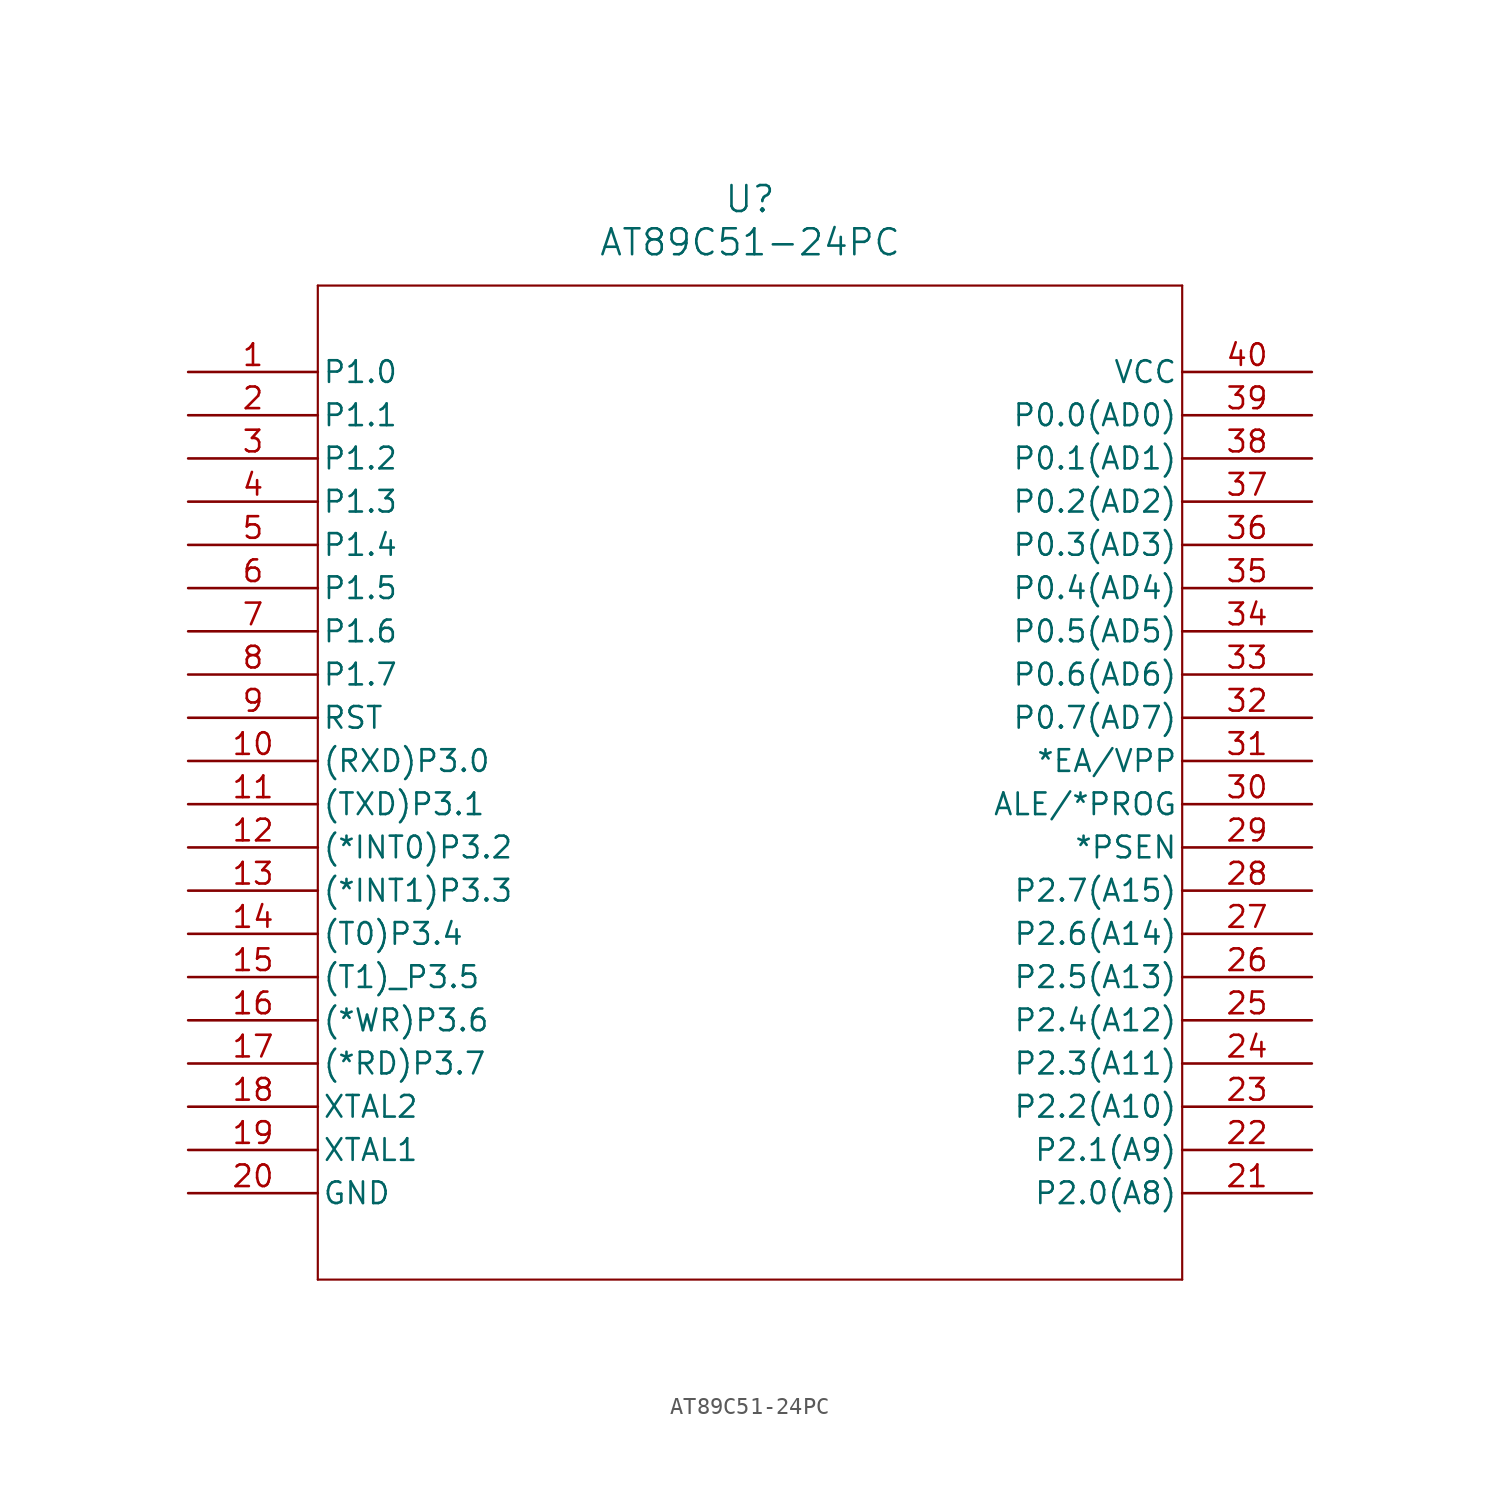
<source format=kicad_sym>
(kicad_symbol_lib
  (version 20211014)
  (generator kicad_symbol_editor)
  (symbol "AT89C51-24PC"
    (pin_names
      (offset 0.254))
    (property "Reference" "U"
      (at 33.02 10.16 0)
      (effects (font (size 1.524 1.524))))
    (property "Value" "AT89C51-24PC"
      (at 33.02 7.62 0)
      (effects (font (size 1.524 1.524))))
    (symbol "AT89C51-24PC_0_1"
      (polyline (pts (xy 7.62 5.08) (xy 7.62 -53.34)) (stroke (width 0.127) (type default) (color 0 0 0 0)) (fill (type none)))
      (polyline (pts (xy 7.62 -53.34) (xy 58.42 -53.34)) (stroke (width 0.127) (type default) (color 0 0 0 0)) (fill (type none)))
      (polyline (pts (xy 58.42 -53.34) (xy 58.42 5.08)) (stroke (width 0.127) (type default) (color 0 0 0 0)) (fill (type none)))
      (polyline (pts (xy 58.42 5.08) (xy 7.62 5.08)) (stroke (width 0.127) (type default) (color 0 0 0 0)) (fill (type none)))
      (pin bidirectional line (at 0 0 0) (length 7.62) (name "P1.0" (effects (font (size 1.27 1.27)))) (number "1" (effects (font (size 1.27 1.27)))))
      (pin bidirectional line (at 0 -2.54 0) (length 7.62) (name "P1.1" (effects (font (size 1.27 1.27)))) (number "2" (effects (font (size 1.27 1.27)))))
      (pin bidirectional line (at 0 -5.08 0) (length 7.62) (name "P1.2" (effects (font (size 1.27 1.27)))) (number "3" (effects (font (size 1.27 1.27)))))
      (pin bidirectional line (at 0 -7.62 0) (length 7.62) (name "P1.3" (effects (font (size 1.27 1.27)))) (number "4" (effects (font (size 1.27 1.27)))))
      (pin bidirectional line (at 0 -10.16 0) (length 7.62) (name "P1.4" (effects (font (size 1.27 1.27)))) (number "5" (effects (font (size 1.27 1.27)))))
      (pin bidirectional line (at 0 -12.7 0) (length 7.62) (name "P1.5" (effects (font (size 1.27 1.27)))) (number "6" (effects (font (size 1.27 1.27)))))
      (pin bidirectional line (at 0 -15.24 0) (length 7.62) (name "P1.6" (effects (font (size 1.27 1.27)))) (number "7" (effects (font (size 1.27 1.27)))))
      (pin bidirectional line (at 0 -17.78 0) (length 7.62) (name "P1.7" (effects (font (size 1.27 1.27)))) (number "8" (effects (font (size 1.27 1.27)))))
      (pin input line (at 0 -20.32 0) (length 7.62) (name "RST" (effects (font (size 1.27 1.27)))) (number "9" (effects (font (size 1.27 1.27)))))
      (pin bidirectional line (at 0 -22.86 0) (length 7.62) (name "(RXD)P3.0" (effects (font (size 1.27 1.27)))) (number "10" (effects (font (size 1.27 1.27)))))
      (pin bidirectional line (at 0 -25.4 0) (length 7.62) (name "(TXD)P3.1" (effects (font (size 1.27 1.27)))) (number "11" (effects (font (size 1.27 1.27)))))
      (pin bidirectional line (at 0 -27.94 0) (length 7.62) (name "(*INT0)P3.2" (effects (font (size 1.27 1.27)))) (number "12" (effects (font (size 1.27 1.27)))))
      (pin bidirectional line (at 0 -30.48 0) (length 7.62) (name "(*INT1)P3.3" (effects (font (size 1.27 1.27)))) (number "13" (effects (font (size 1.27 1.27)))))
      (pin bidirectional line (at 0 -33.02 0) (length 7.62) (name "(T0)P3.4" (effects (font (size 1.27 1.27)))) (number "14" (effects (font (size 1.27 1.27)))))
      (pin bidirectional line (at 0 -35.56 0) (length 7.62) (name "(T1)_P3.5" (effects (font (size 1.27 1.27)))) (number "15" (effects (font (size 1.27 1.27)))))
      (pin bidirectional line (at 0 -38.1 0) (length 7.62) (name "(*WR)P3.6" (effects (font (size 1.27 1.27)))) (number "16" (effects (font (size 1.27 1.27)))))
      (pin bidirectional line (at 0 -40.64 0) (length 7.62) (name "(*RD)P3.7" (effects (font (size 1.27 1.27)))) (number "17" (effects (font (size 1.27 1.27)))))
      (pin output line (at 0 -43.18 0) (length 7.62) (name "XTAL2" (effects (font (size 1.27 1.27)))) (number "18" (effects (font (size 1.27 1.27)))))
      (pin input line (at 0 -45.72 0) (length 7.62) (name "XTAL1" (effects (font (size 1.27 1.27)))) (number "19" (effects (font (size 1.27 1.27)))))
      (pin unspecified line (at 0 -48.26 0) (length 7.62) (name "GND" (effects (font (size 1.27 1.27)))) (number "20" (effects (font (size 1.27 1.27)))))
      (pin bidirectional line (at 66.04 -48.26 180) (length 7.62) (name "P2.0(A8)" (effects (font (size 1.27 1.27)))) (number "21" (effects (font (size 1.27 1.27)))))
      (pin bidirectional line (at 66.04 -45.72 180) (length 7.62) (name "P2.1(A9)" (effects (font (size 1.27 1.27)))) (number "22" (effects (font (size 1.27 1.27)))))
      (pin bidirectional line (at 66.04 -43.18 180) (length 7.62) (name "P2.2(A10)" (effects (font (size 1.27 1.27)))) (number "23" (effects (font (size 1.27 1.27)))))
      (pin bidirectional line (at 66.04 -40.64 180) (length 7.62) (name "P2.3(A11)" (effects (font (size 1.27 1.27)))) (number "24" (effects (font (size 1.27 1.27)))))
      (pin bidirectional line (at 66.04 -38.1 180) (length 7.62) (name "P2.4(A12)" (effects (font (size 1.27 1.27)))) (number "25" (effects (font (size 1.27 1.27)))))
      (pin bidirectional line (at 66.04 -35.56 180) (length 7.62) (name "P2.5(A13)" (effects (font (size 1.27 1.27)))) (number "26" (effects (font (size 1.27 1.27)))))
      (pin bidirectional line (at 66.04 -33.02 180) (length 7.62) (name "P2.6(A14)" (effects (font (size 1.27 1.27)))) (number "27" (effects (font (size 1.27 1.27)))))
      (pin bidirectional line (at 66.04 -30.48 180) (length 7.62) (name "P2.7(A15)" (effects (font (size 1.27 1.27)))) (number "28" (effects (font (size 1.27 1.27)))))
      (pin output line (at 66.04 -27.94 180) (length 7.62) (name "*PSEN" (effects (font (size 1.27 1.27)))) (number "29" (effects (font (size 1.27 1.27)))))
      (pin bidirectional line (at 66.04 -25.4 180) (length 7.62) (name "ALE/*PROG" (effects (font (size 1.27 1.27)))) (number "30" (effects (font (size 1.27 1.27)))))
      (pin input line (at 66.04 -22.86 180) (length 7.62) (name "*EA/VPP" (effects (font (size 1.27 1.27)))) (number "31" (effects (font (size 1.27 1.27)))))
      (pin bidirectional line (at 66.04 -20.32 180) (length 7.62) (name "P0.7(AD7)" (effects (font (size 1.27 1.27)))) (number "32" (effects (font (size 1.27 1.27)))))
      (pin bidirectional line (at 66.04 -17.78 180) (length 7.62) (name "P0.6(AD6)" (effects (font (size 1.27 1.27)))) (number "33" (effects (font (size 1.27 1.27)))))
      (pin bidirectional line (at 66.04 -15.24 180) (length 7.62) (name "P0.5(AD5)" (effects (font (size 1.27 1.27)))) (number "34" (effects (font (size 1.27 1.27)))))
      (pin bidirectional line (at 66.04 -12.7 180) (length 7.62) (name "P0.4(AD4)" (effects (font (size 1.27 1.27)))) (number "35" (effects (font (size 1.27 1.27)))))
      (pin bidirectional line (at 66.04 -10.16 180) (length 7.62) (name "P0.3(AD3)" (effects (font (size 1.27 1.27)))) (number "36" (effects (font (size 1.27 1.27)))))
      (pin bidirectional line (at 66.04 -7.62 180) (length 7.62) (name "P0.2(AD2)" (effects (font (size 1.27 1.27)))) (number "37" (effects (font (size 1.27 1.27)))))
      (pin bidirectional line (at 66.04 -5.08 180) (length 7.62) (name "P0.1(AD1)" (effects (font (size 1.27 1.27)))) (number "38" (effects (font (size 1.27 1.27)))))
      (pin bidirectional line (at 66.04 -2.54 180) (length 7.62) (name "P0.0(AD0)" (effects (font (size 1.27 1.27)))) (number "39" (effects (font (size 1.27 1.27)))))
      (pin unspecified line (at 66.04 0 180) (length 7.62) (name "VCC" (effects (font (size 1.27 1.27)))) (number "40" (effects (font (size 1.27 1.27))))))))
</source>
